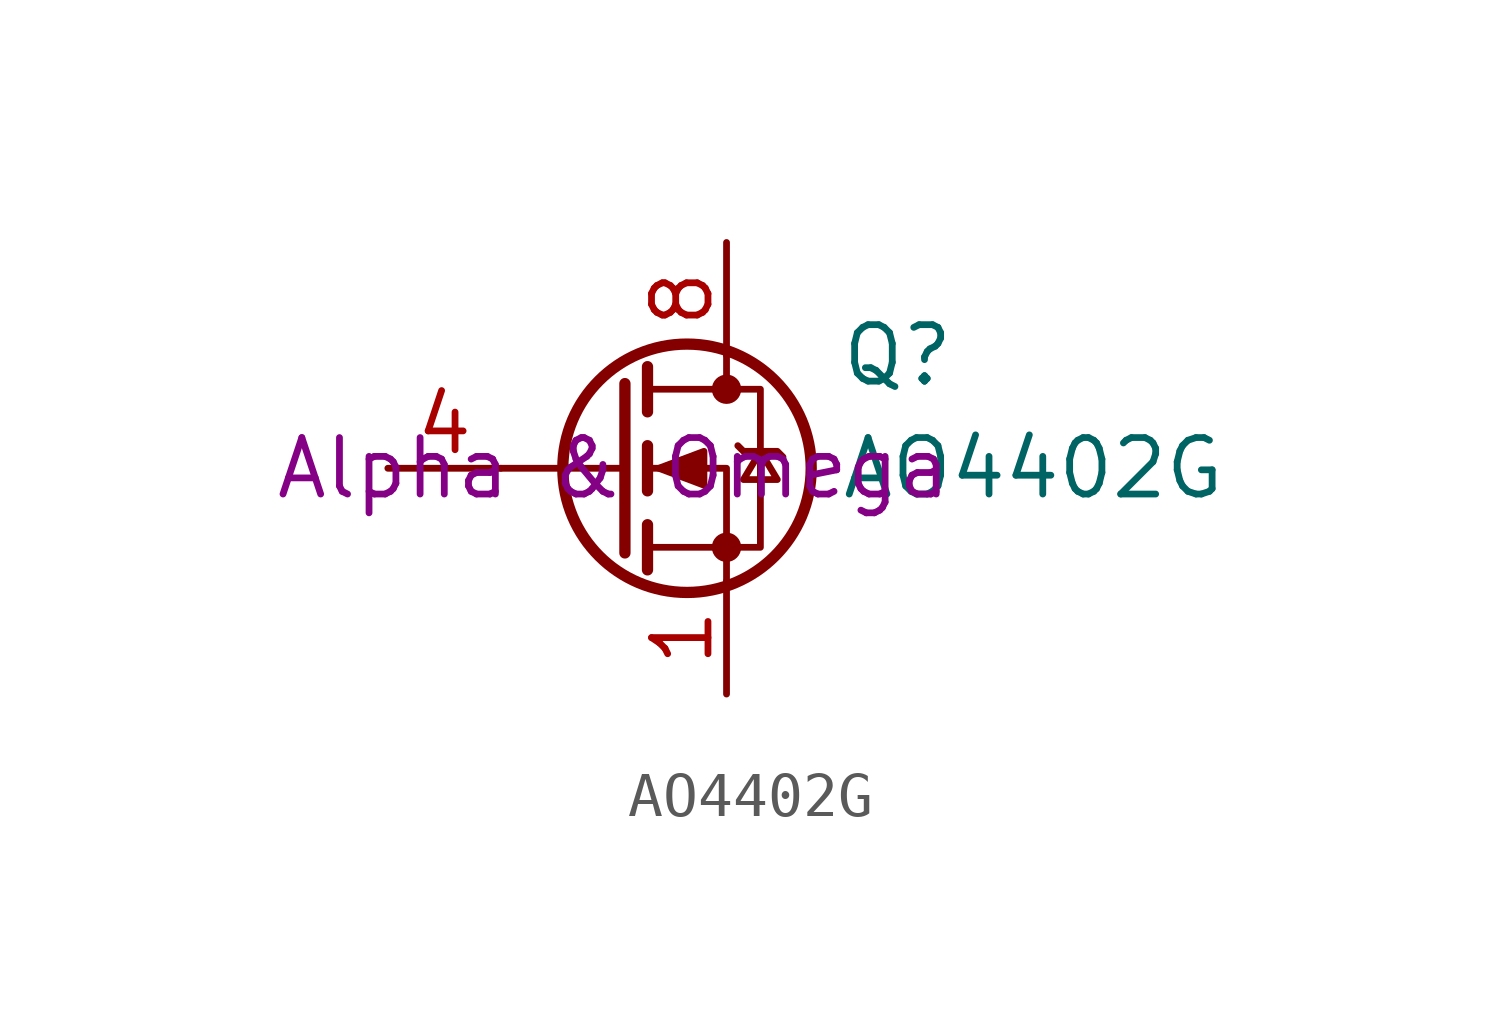
<source format=kicad_sym>
(kicad_symbol_lib
  (version 20220914)
  (generator kicad_symbol_editor)
  (symbol "AO4402G"
    (pin_names hide)
    (property "Reference" "Q"
      (at 5.08 2.54 0)
      (effects (font (size 1.27 1.27)) (justify left)))
    (property "Value" "AO4402G"
      (at 5.08 0 0)
      (effects (font (size 1.27 1.27)) (justify left)))
    (property "Manufacturer" "Alpha & Omega"
      (at 0 0 0)
      (effects (font (size 1.27 1.27))))
    (symbol "AO4402G_0_1"
      (polyline (pts (xy 0.254 0) (xy -2.54 0)) (stroke (width 0) (type default)) (fill (type none)))
      (polyline (pts (xy 0.254 1.905) (xy 0.254 -1.905)) (stroke (width 0.254) (type default)) (fill (type none)))
      (polyline (pts (xy 0.762 -1.27) (xy 0.762 -2.286)) (stroke (width 0.254) (type default)) (fill (type none)))
      (polyline (pts (xy 0.762 0.508) (xy 0.762 -0.508)) (stroke (width 0.254) (type default)) (fill (type none)))
      (polyline (pts (xy 0.762 2.286) (xy 0.762 1.27)) (stroke (width 0.254) (type default)) (fill (type none)))
      (polyline (pts (xy 2.54 2.54) (xy 2.54 1.778)) (stroke (width 0) (type default)) (fill (type none)))
      (polyline (pts (xy 2.54 -2.54) (xy 2.54 0) (xy 0.762 0)) (stroke (width 0) (type default)) (fill (type none)))
      (polyline (pts (xy 0.762 -1.778) (xy 3.302 -1.778) (xy 3.302 1.778) (xy 0.762 1.778)) (stroke (width 0) (type default)) (fill (type none)))
      (polyline (pts (xy 1.016 0) (xy 2.032 0.381) (xy 2.032 -0.381) (xy 1.016 0)) (stroke (width 0) (type default)) (fill (type outline)))
      (polyline (pts (xy 2.794 0.508) (xy 2.921 0.381) (xy 3.683 0.381) (xy 3.81 0.254)) (stroke (width 0) (type default)) (fill (type none)))
      (polyline (pts (xy 3.302 0.381) (xy 2.921 -0.254) (xy 3.683 -0.254) (xy 3.302 0.381)) (stroke (width 0) (type default)) (fill (type none)))
      (circle (center 1.651 0) (radius 2.794) (stroke (width 0.254) (type default)) (fill (type none)))
      (circle (center 2.54 -1.778) (radius 0.254) (stroke (width 0) (type default)) (fill (type outline)))
      (circle (center 2.54 1.778) (radius 0.254) (stroke (width 0) (type default)) (fill (type outline))))
    (symbol "AO4402G_1_1"
      (pin passive line (at 2.54 -5.08 90) (length 2.54) (name "S" (effects (font (size 1.27 1.27)))) (number "1" (effects (font (size 1.27 1.27)))))
      (pin passive line (at 2.54 -5.08 90) (length 2.54) hide (name "S" (effects (font (size 1.27 1.27)))) (number "2" (effects (font (size 1.27 1.27)))))
      (pin passive line (at 2.54 -5.08 90) (length 2.54) hide (name "S" (effects (font (size 1.27 1.27)))) (number "3" (effects (font (size 1.27 1.27)))))
      (pin input line (at -5.08 0 0) (length 2.54) (name "G" (effects (font (size 1.27 1.27)))) (number "4" (effects (font (size 1.27 1.27)))))
      (pin passive line (at 2.54 5.08 270) (length 2.54) hide (name "D" (effects (font (size 1.27 1.27)))) (number "5" (effects (font (size 1.27 1.27)))))
      (pin passive line (at 2.54 5.08 270) (length 2.54) hide (name "D" (effects (font (size 1.27 1.27)))) (number "6" (effects (font (size 1.27 1.27)))))
      (pin passive line (at 2.54 5.08 270) (length 2.54) hide (name "D" (effects (font (size 1.27 1.27)))) (number "7" (effects (font (size 1.27 1.27)))))
      (pin passive line (at 2.54 5.08 270) (length 2.54) (name "D" (effects (font (size 1.27 1.27)))) (number "8" (effects (font (size 1.27 1.27))))))))
</source>
